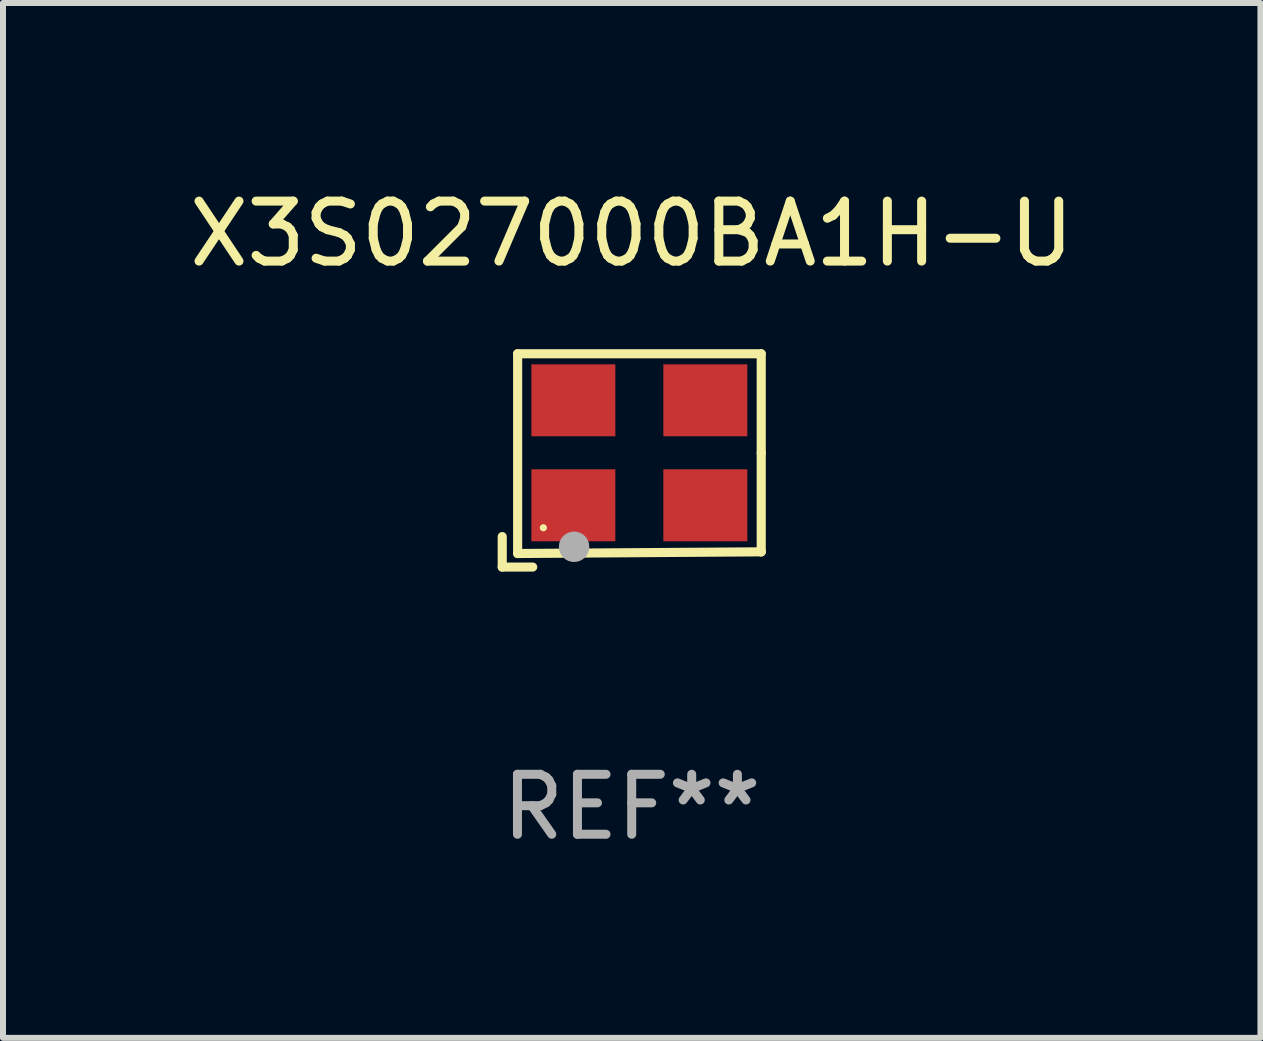
<source format=kicad_pcb>
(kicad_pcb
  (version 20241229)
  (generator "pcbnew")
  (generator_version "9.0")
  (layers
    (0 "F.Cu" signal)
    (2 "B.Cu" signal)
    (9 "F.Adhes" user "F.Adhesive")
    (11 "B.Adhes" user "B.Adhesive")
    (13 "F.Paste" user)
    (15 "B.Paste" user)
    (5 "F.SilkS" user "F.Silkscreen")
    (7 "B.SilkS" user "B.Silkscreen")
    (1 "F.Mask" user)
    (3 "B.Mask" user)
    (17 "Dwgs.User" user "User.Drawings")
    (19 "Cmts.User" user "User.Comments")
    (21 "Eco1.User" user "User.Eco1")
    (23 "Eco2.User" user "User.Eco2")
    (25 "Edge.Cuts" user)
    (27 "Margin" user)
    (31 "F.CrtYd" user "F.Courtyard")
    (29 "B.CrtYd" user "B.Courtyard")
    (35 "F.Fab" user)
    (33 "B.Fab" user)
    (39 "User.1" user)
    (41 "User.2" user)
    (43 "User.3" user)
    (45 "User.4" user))
  (footprint "X3S027000BA1H-U"
    (layer "F.Cu")
    (at 7.482 4.626)
    (property "Reference" "X3S027000BA1H-U" (at 0 -3.778 0) (layer "F.SilkS") (effects (font (size 1 1) (thickness 0.15))))
    (attr through_hole)
    (fp_line (start -2.159 1.27) (end -2.159 1.778) (stroke (width 0.152) (type solid)) (layer "F.SilkS"))
    (fp_line (start -2.159 1.778) (end -1.651 1.778) (stroke (width 0.152) (type solid)) (layer "F.SilkS"))
    (fp_line (start -1.902 -1.778) (end 2.159 -1.778) (stroke (width 0.152) (type solid)) (layer "F.SilkS"))
    (fp_line (start -1.902 1.552) (end -1.902 -1.778) (stroke (width 0.152) (type solid)) (layer "F.SilkS"))
    (fp_line (start 2.159 -1.778) (end 2.159 -0.127) (stroke (width 0.152) (type solid)) (layer "F.SilkS"))
    (fp_line (start 2.159 -0.127) (end 2.159 1.524) (stroke (width 0.152) (type solid)) (layer "F.SilkS"))
    (fp_line (start 2.159 1.524) (end -1.902 1.552) (stroke (width 0.152) (type solid)) (layer "F.SilkS"))
    (fp_line (start 2.159 1.524) (end 2.159 1.524) (stroke (width 0.152) (type solid)) (layer "F.SilkS"))
    (fp_circle (center -1.473 1.123) (end -1.443 1.123) (stroke (width 0.06) (type solid)) (fill no) (layer "F.SilkS"))
    (fp_circle (center -0.961 1.44) (end -0.834 1.44) (stroke (width 0.254) (type solid)) (fill no) (layer "F.Fab"))
    (fp_text user "REF**" (at 0 5.778 0) (layer "F.Fab") (effects (font (size 1 1) (thickness 0.15))))
    (pad "1" smd rect (at -0.973 0.748) (size 1.4 1.2) (layers "F.Cu" "F.Mask" "F.Paste"))
    (pad "2" smd rect (at 1.227 0.748) (size 1.4 1.2) (layers "F.Cu" "F.Mask" "F.Paste"))
    (pad "3" smd rect (at 1.227 -1.002) (size 1.4 1.2) (layers "F.Cu" "F.Mask" "F.Paste"))
    (pad "4" smd rect (at -0.973 -1.002) (size 1.4 1.2) (layers "F.Cu" "F.Mask" "F.Paste")))
  (gr_rect
    (start -3 -3)
    (end 17.964 14.253)
    (stroke (width 0.1) (type default))
    (fill no)
    (layer "Edge.Cuts")))
</source>
